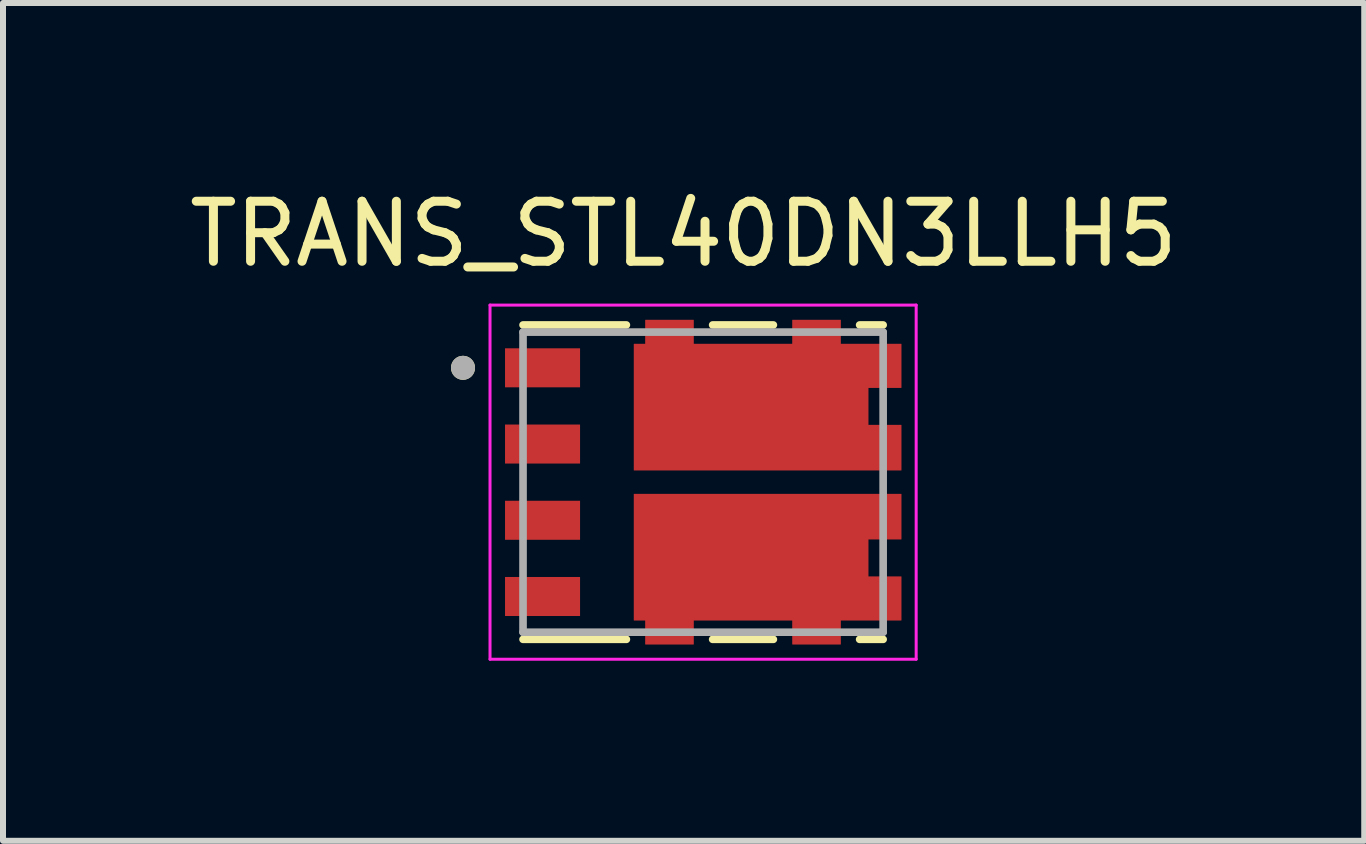
<source format=kicad_pcb>
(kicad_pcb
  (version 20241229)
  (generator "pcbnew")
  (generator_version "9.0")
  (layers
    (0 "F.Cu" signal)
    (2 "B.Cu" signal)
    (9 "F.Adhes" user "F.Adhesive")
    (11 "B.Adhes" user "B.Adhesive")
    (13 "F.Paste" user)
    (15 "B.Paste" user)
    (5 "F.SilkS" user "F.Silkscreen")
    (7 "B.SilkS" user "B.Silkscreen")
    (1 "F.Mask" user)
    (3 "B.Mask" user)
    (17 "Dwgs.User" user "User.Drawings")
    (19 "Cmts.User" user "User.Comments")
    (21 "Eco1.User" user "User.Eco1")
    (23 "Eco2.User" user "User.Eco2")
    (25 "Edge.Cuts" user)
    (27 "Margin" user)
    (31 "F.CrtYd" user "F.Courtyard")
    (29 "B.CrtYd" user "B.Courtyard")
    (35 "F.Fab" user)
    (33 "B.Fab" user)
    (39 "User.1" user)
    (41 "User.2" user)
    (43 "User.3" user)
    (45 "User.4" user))
  (footprint "TRANS_STL40DN3LLH5"
    (layer "F.Cu")
    (at 8.664 4.983)
    (property "Reference" "TRANS_STL40DN3LLH5" (at -0.325 -4.135 0) (layer "F.SilkS") (effects (font (size 1 1) (thickness 0.15))))
    (attr smd)
    (fp_poly (pts (xy 3.35 -2.35) (xy 3.35 -1.525) (xy 2.8 -1.525) (xy 2.8 -1) (xy 3.35 -1) (xy 3.35 -0.15) (xy -1.2 -0.15) (xy -1.2 -2.35) (xy -1.01 -2.35) (xy -1.01 -2.75) (xy -0.11 -2.75) (xy -0.11 -2.35) (xy 1.44 -2.35) (xy 1.44 -2.75) (xy 2.34 -2.75) (xy 2.34 -2.35)) (stroke (width 0.01) (type solid)) (fill yes) (layer "F.Mask"))
    (fp_poly (pts (xy 3.35 2.35) (xy 3.35 1.525) (xy 2.8 1.525) (xy 2.8 1) (xy 3.35 1) (xy 3.35 0.15) (xy -1.2 0.15) (xy -1.2 2.35) (xy -1.01 2.35) (xy -1.01 2.75) (xy -0.11 2.75) (xy -0.11 2.35) (xy 1.44 2.35) (xy 1.44 2.75) (xy 2.34 2.75) (xy 2.34 2.35)) (stroke (width 0.01) (type solid)) (fill yes) (layer "F.Mask"))
    (fp_line (start -3 -2.619) (end -1.278 -2.619) (stroke (width 0.127) (type solid)) (layer "F.SilkS"))
    (fp_line (start -3 2.619) (end -1.278 2.619) (stroke (width 0.127) (type solid)) (layer "F.SilkS"))
    (fp_line (start 0.159 -2.619) (end 1.171 -2.619) (stroke (width 0.127) (type solid)) (layer "F.SilkS"))
    (fp_line (start 0.159 2.619) (end 1.171 2.619) (stroke (width 0.127) (type solid)) (layer "F.SilkS"))
    (fp_line (start 2.608 -2.619) (end 3 -2.619) (stroke (width 0.127) (type solid)) (layer "F.SilkS"))
    (fp_line (start 2.608 2.619) (end 3 2.619) (stroke (width 0.127) (type solid)) (layer "F.SilkS"))
    (fp_circle (center -4 -1.905) (end -3.9 -1.905) (stroke (width 0.2) (type solid)) (fill no) (layer "F.SilkS"))
    (fp_poly (pts (xy -0.96 -2.7) (xy -0.16 -2.7) (xy -0.16 -2.3) (xy -0.96 -2.3)) (stroke (width 0.01) (type solid)) (fill yes) (layer "F.Paste"))
    (fp_poly (pts (xy -0.96 2.3) (xy -0.16 2.3) (xy -0.16 2.7) (xy -0.96 2.7)) (stroke (width 0.01) (type solid)) (fill yes) (layer "F.Paste"))
    (fp_poly (pts (xy -0.441 0.586) (xy 0.7 0.586) (xy 0.7 1.15) (xy -0.441 1.15)) (stroke (width 0.01) (type solid)) (fill yes) (layer "F.Paste"))
    (fp_poly (pts (xy -0.441 1.35) (xy 0.7 1.35) (xy 0.7 1.914) (xy -0.441 1.914)) (stroke (width 0.01) (type solid)) (fill yes) (layer "F.Paste"))
    (fp_poly (pts (xy -0.152 -2.203) (xy 0.411 -2.203) (xy 0.411 -1.062) (xy -0.152 -1.062)) (stroke (width 0.01) (type solid)) (fill yes) (layer "F.Paste"))
    (fp_poly (pts (xy -0.152 -1.438) (xy 0.411 -1.438) (xy 0.411 -0.297) (xy -0.152 -0.297)) (stroke (width 0.01) (type solid)) (fill yes) (layer "F.Paste"))
    (fp_poly (pts (xy 0.9 0.586) (xy 2.041 0.586) (xy 2.041 1.15) (xy 0.9 1.15)) (stroke (width 0.01) (type solid)) (fill yes) (layer "F.Paste"))
    (fp_poly (pts (xy 0.9 1.35) (xy 2.041 1.35) (xy 2.041 1.914) (xy 0.9 1.914)) (stroke (width 0.01) (type solid)) (fill yes) (layer "F.Paste"))
    (fp_poly (pts (xy 1.188 -2.203) (xy 1.752 -2.203) (xy 1.752 -1.062) (xy 1.188 -1.062)) (stroke (width 0.01) (type solid)) (fill yes) (layer "F.Paste"))
    (fp_poly (pts (xy 1.188 -1.438) (xy 1.752 -1.438) (xy 1.752 -0.297) (xy 1.188 -0.297)) (stroke (width 0.01) (type solid)) (fill yes) (layer "F.Paste"))
    (fp_poly (pts (xy 1.49 -2.7) (xy 2.29 -2.7) (xy 2.29 -2.3) (xy 1.49 -2.3)) (stroke (width 0.01) (type solid)) (fill yes) (layer "F.Paste"))
    (fp_poly (pts (xy 1.49 2.3) (xy 2.29 2.3) (xy 2.29 2.7) (xy 1.49 2.7)) (stroke (width 0.01) (type solid)) (fill yes) (layer "F.Paste"))
    (fp_poly (pts (xy 2.76 -2.3) (xy 3.3 -2.3) (xy 3.3 -1.575) (xy 2.76 -1.575)) (stroke (width 0.01) (type solid)) (fill yes) (layer "F.Paste"))
    (fp_poly (pts (xy 2.76 -0.95) (xy 3.3 -0.95) (xy 3.3 -0.2) (xy 2.76 -0.2)) (stroke (width 0.01) (type solid)) (fill yes) (layer "F.Paste"))
    (fp_poly (pts (xy 2.76 0.2) (xy 3.3 0.2) (xy 3.3 0.95) (xy 2.76 0.95)) (stroke (width 0.01) (type solid)) (fill yes) (layer "F.Paste"))
    (fp_poly (pts (xy 2.76 1.575) (xy 3.3 1.575) (xy 3.3 2.3) (xy 2.76 2.3)) (stroke (width 0.01) (type solid)) (fill yes) (layer "F.Paste"))
    (fp_line (start -3.55 -2.95) (end 3.55 -2.95) (stroke (width 0.05) (type solid)) (layer "F.CrtYd"))
    (fp_line (start -3.55 2.95) (end -3.55 -2.95) (stroke (width 0.05) (type solid)) (layer "F.CrtYd"))
    (fp_line (start 3.55 -2.95) (end 3.55 2.95) (stroke (width 0.05) (type solid)) (layer "F.CrtYd"))
    (fp_line (start 3.55 2.95) (end -3.55 2.95) (stroke (width 0.05) (type solid)) (layer "F.CrtYd"))
    (fp_line (start -3 -2.5) (end 3 -2.5) (stroke (width 0.127) (type solid)) (layer "F.Fab"))
    (fp_line (start -3 2.5) (end -3 -2.5) (stroke (width 0.127) (type solid)) (layer "F.Fab"))
    (fp_line (start 3 -2.5) (end 3 2.5) (stroke (width 0.127) (type solid)) (layer "F.Fab"))
    (fp_line (start 3 2.5) (end -3 2.5) (stroke (width 0.127) (type solid)) (layer "F.Fab"))
    (fp_circle (center -4 -1.905) (end -3.9 -1.905) (stroke (width 0.2) (type solid)) (fill no) (layer "F.Fab"))
    (pad "1" smd rect (at -2.675 -1.905) (size 1.25 0.65) (layers "F.Cu" "F.Mask" "F.Paste"))
    (pad "2" smd rect (at -2.675 -0.635) (size 1.25 0.65) (layers "F.Cu" "F.Mask" "F.Paste"))
    (pad "3" smd rect (at -2.675 0.635) (size 1.25 0.65) (layers "F.Cu" "F.Mask" "F.Paste"))
    (pad "4" smd rect (at -2.675 1.905) (size 1.25 0.65) (layers "F.Cu" "F.Mask" "F.Paste"))
    (pad "5-6" smd custom (at 2.675 1.905) (size 1.25 0.65) (layers "F.Cu") (options (anchor rect)) (primitives (gr_poly (pts (xy 0.625 0.395) (xy 0.625 -0.33) (xy 0.075 -0.33) (xy 0.075 -0.955) (xy 0.625 -0.955) (xy 0.625 -1.705) (xy -3.825 -1.705) (xy -3.825 0.395) (xy -3.635 0.395) (xy -3.635 0.795) (xy -2.835 0.795) (xy -2.835 0.395) (xy -1.185 0.395) (xy -1.185 0.795) (xy -0.385 0.795) (xy -0.385 0.395)) (width 0.01) (fill yes))))
    (pad "7-8" smd custom (at 2.675 -1.905) (size 1.25 0.65) (layers "F.Cu") (options (anchor rect)) (primitives (gr_poly (pts (xy 0.625 -0.395) (xy 0.625 0.33) (xy 0.075 0.33) (xy 0.075 0.955) (xy 0.625 0.955) (xy 0.625 1.705) (xy -3.825 1.705) (xy -3.825 -0.395) (xy -3.635 -0.395) (xy -3.635 -0.795) (xy -2.835 -0.795) (xy -2.835 -0.395) (xy -1.185 -0.395) (xy -1.185 -0.795) (xy -0.385 -0.795) (xy -0.385 -0.395)) (width 0.01) (fill yes)))))
  (gr_rect
    (start -3 -3)
    (end 19.679 10.958)
    (stroke (width 0.1) (type default))
    (fill no)
    (layer "Edge.Cuts")))
</source>
